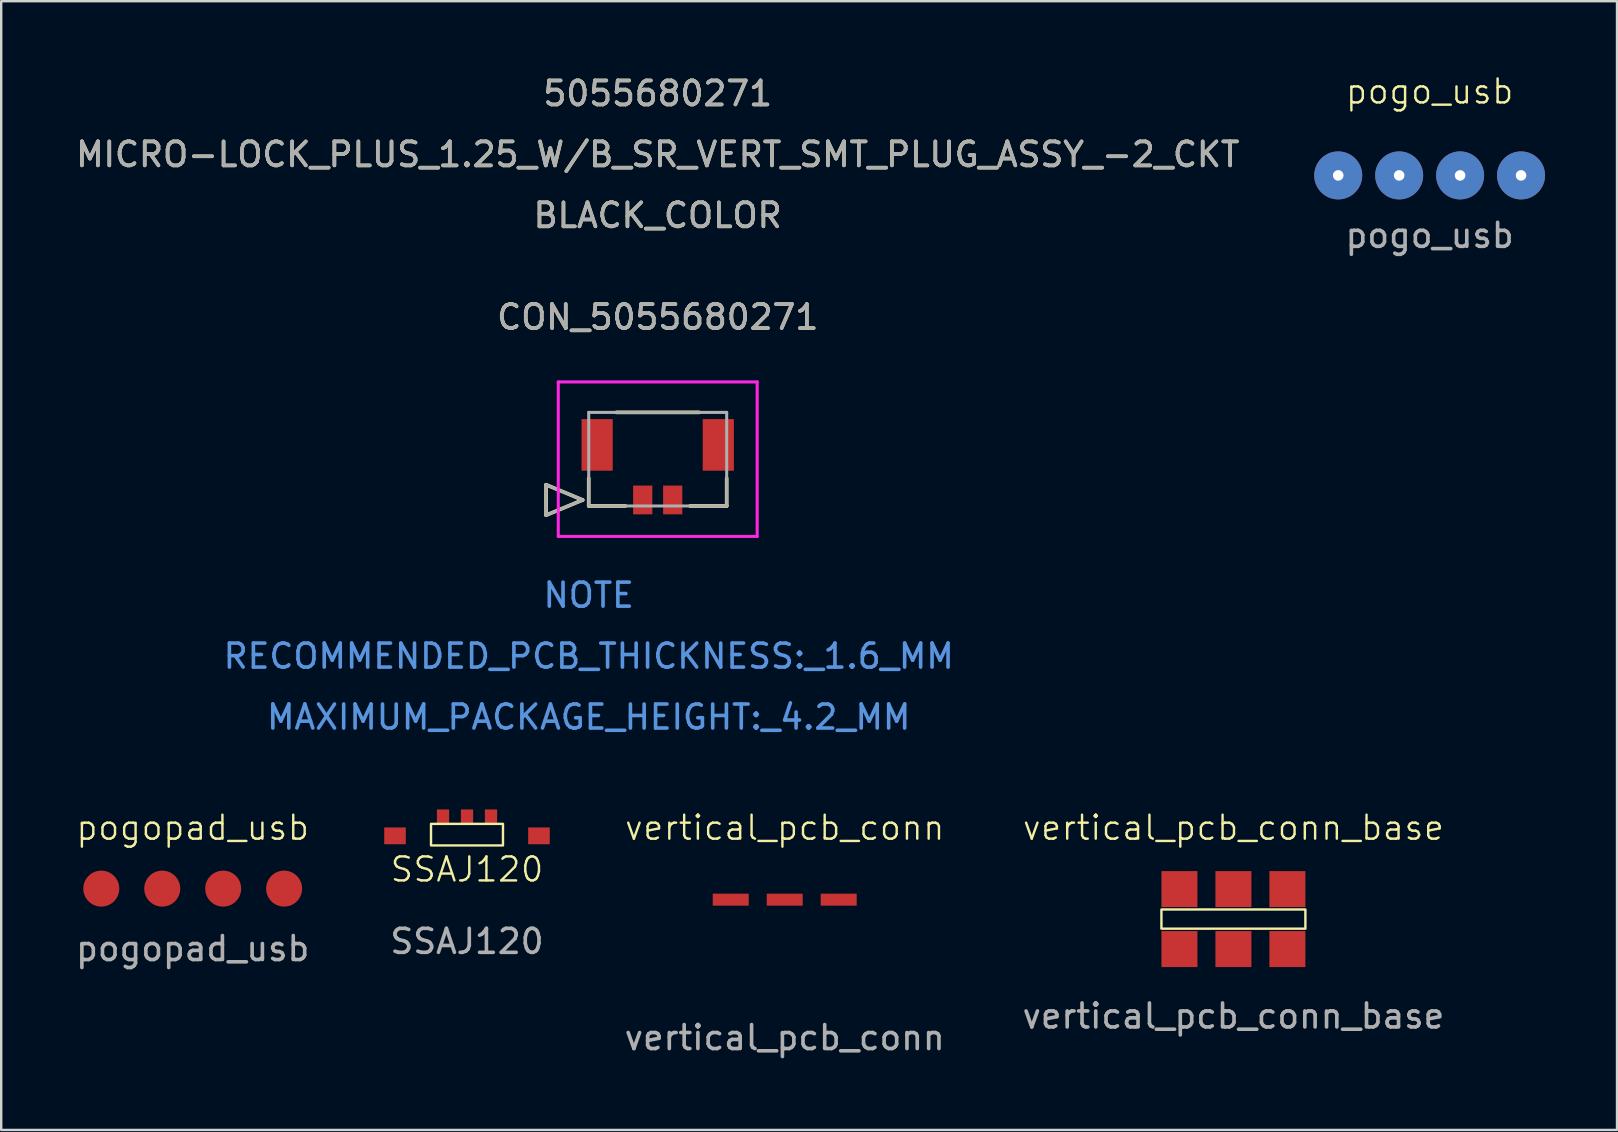
<source format=kicad_pcb>
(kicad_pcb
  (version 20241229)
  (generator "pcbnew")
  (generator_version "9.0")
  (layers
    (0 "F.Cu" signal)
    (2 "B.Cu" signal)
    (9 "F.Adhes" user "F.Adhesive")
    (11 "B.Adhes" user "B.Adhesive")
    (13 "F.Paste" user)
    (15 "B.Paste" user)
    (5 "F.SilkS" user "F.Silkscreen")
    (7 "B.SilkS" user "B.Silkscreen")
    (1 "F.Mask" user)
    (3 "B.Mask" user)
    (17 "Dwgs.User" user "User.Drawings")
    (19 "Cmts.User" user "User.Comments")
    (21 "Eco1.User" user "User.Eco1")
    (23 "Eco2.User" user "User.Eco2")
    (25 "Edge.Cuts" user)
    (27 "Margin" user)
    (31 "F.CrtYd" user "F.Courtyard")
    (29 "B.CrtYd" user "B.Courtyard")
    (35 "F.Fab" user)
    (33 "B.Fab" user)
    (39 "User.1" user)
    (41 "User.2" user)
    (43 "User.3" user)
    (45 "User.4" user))
  (footprint "vertical_pcb_conn"
    (layer "F.Cu")
    (at 29.656 34.697)
    (property "Reference" "vertical_pcb_conn" (at 0 -3.25 0) (unlocked yes) (layer "F.SilkS") (effects (font (size 1 1) (thickness 0.1))))
    (attr smd)
    (fp_text user "${REFERENCE}" (at 0 5.5 0) (unlocked yes) (layer "F.Fab") (effects (font (size 1 1) (thickness 0.15))))
    (pad "1" smd rect (at -2.25 -0.25) (size 1.5 0.5) (layers "F.Cu" "F.Mask" "F.Paste"))
    (pad "2" smd rect (at 0 -0.25) (size 1.5 0.5) (layers "F.Cu" "F.Mask" "F.Paste"))
    (pad "3" smd rect (at 2.25 -0.25) (size 1.5 0.5) (layers "F.Cu" "F.Mask" "F.Paste")))
  (footprint "pogopad_usb"
    (layer "F.Cu")
    (at 4.982 33.987)
    (property "Reference" "pogopad_usb" (at 0 -2.54 0) (unlocked yes) (layer "F.SilkS") (effects (font (size 1 1) (thickness 0.1))))
    (attr through_hole)
    (fp_text user "${REFERENCE}" (at 0 2.5 0) (unlocked yes) (layer "F.Fab") (effects (font (size 1 1) (thickness 0.15))))
    (pad "1" smd circle (at -3.81 0) (size 1.5 1.5) (layers "F.Cu" "F.Mask" "F.Paste"))
    (pad "2" smd circle (at -1.27 0) (size 1.5 1.5) (layers "F.Cu" "F.Mask" "F.Paste"))
    (pad "3" smd circle (at 1.27 0) (size 1.5 1.5) (layers "F.Cu" "F.Mask" "F.Paste"))
    (pad "4" smd circle (at 3.81 0) (size 1.5 1.5) (layers "F.Cu" "F.Mask" "F.Paste")))
  (footprint "pogo_usb"
    (layer "F.Cu")
    (at 56.536 4.261)
    (property "Reference" "pogo_usb" (at 0 -3.5 0) (unlocked yes) (layer "F.SilkS") (effects (font (size 1 1) (thickness 0.1))))
    (attr through_hole)
    (fp_text user "${REFERENCE}" (at 0 2.5 0) (unlocked yes) (layer "F.Fab") (effects (font (size 1 1) (thickness 0.15))))
    (pad "1" thru_hole circle (at -3.81 0) (size 2 2) (drill 0.44) (layers "*.Cu" "*.Mask"))
    (pad "2" thru_hole circle (at -1.27 0) (size 2 2) (drill 0.44) (layers "*.Cu" "*.Mask"))
    (pad "3" thru_hole circle (at 1.27 0) (size 2 2) (drill 0.44) (layers "*.Cu" "*.Mask"))
    (pad "4" thru_hole circle (at 3.81 0) (size 2 2) (drill 0.44) (layers "*.Cu" "*.Mask")))
  (footprint "vertical_pcb_conn_base"
    (layer "F.Cu")
    (at 48.358 35.257)
    (property "Reference" "vertical_pcb_conn_base" (at 0 -3.81 0) (unlocked yes) (layer "F.SilkS") (effects (font (size 1 1) (thickness 0.1))))
    (attr smd)
    (fp_rect (start -3 -0.4) (end 3 0.4) (stroke (width 0.1) (type default)) (fill no) (layer "F.SilkS"))
    (fp_text user "${REFERENCE}" (at 0 4.04 0) (unlocked yes) (layer "F.Fab") (effects (font (size 1 1) (thickness 0.15))))
    (pad "1" smd rect (at -2.25 -1.25) (size 1.5 1.5) (layers "F.Cu" "F.Mask" "F.Paste"))
    (pad "2" smd rect (at 0 -1.25) (size 1.5 1.5) (layers "F.Cu" "F.Mask" "F.Paste"))
    (pad "3" smd rect (at 2.25 -1.25) (size 1.5 1.5) (layers "F.Cu" "F.Mask" "F.Paste"))
    (pad "4" smd rect (at -2.25 1.25) (size 1.5 1.5) (layers "F.Cu" "F.Mask" "F.Paste"))
    (pad "5" smd rect (at 0 1.25) (size 1.5 1.5) (layers "F.Cu" "F.Mask" "F.Paste"))
    (pad "6" smd rect (at 2.25 1.25) (size 1.5 1.5) (layers "F.Cu" "F.Mask" "F.Paste")))
  (footprint "SSAJ120"
    (layer "F.Cu")
    (at 16.414 31.787)
    (property "Reference" "SSAJ120" (at 0 1.4 0) (unlocked yes) (layer "F.SilkS") (effects (font (size 1 1) (thickness 0.1))))
    (attr smd)
    (fp_rect (start -1.5 -0.5) (end 1.5 0.4) (stroke (width 0.1) (type default)) (fill no) (layer "F.SilkS"))
    (fp_text user "${REFERENCE}" (at 0 4.4 0) (unlocked yes) (layer "F.Fab") (effects (font (size 1 1) (thickness 0.15))))
    (pad "" smd rect (at -3 0 180) (size 0.9 0.7) (layers "F.Cu" "F.Mask" "F.Paste"))
    (pad "" smd rect (at 3 0 180) (size 0.9 0.7) (layers "F.Cu" "F.Mask" "F.Paste"))
    (pad "1" smd rect (at -1 -0.8 90) (size 0.6 0.51) (layers "F.Cu" "F.Mask" "F.Paste"))
    (pad "2" smd rect (at 0 -0.8 90) (size 0.6 0.51) (layers "F.Cu" "F.Mask" "F.Paste"))
    (pad "3" smd rect (at 1 -0.8 90) (size 0.6 0.51) (layers "F.Cu" "F.Mask" "F.Paste")))
  (footprint "CON_5055680271"
    (layer "F.Cu")
    (at 23.738 17.788)
    (property "Reference" "CON_5055680271" (at 0.625 -7.62 0) (unlocked yes) (layer "F.SilkS") (effects (font (size 1 1) (thickness 0.15))))
    (attr smd)
    (fp_line (start -4.028 -0.635) (end -4.028 0.635) (stroke (width 0.152) (type solid)) (layer "F.SilkS"))
    (fp_line (start -4.028 0.635) (end -2.504 0) (stroke (width 0.152) (type solid)) (layer "F.SilkS"))
    (fp_line (start -2.504 0) (end -4.028 -0.635) (stroke (width 0.152) (type solid)) (layer "F.SilkS"))
    (fp_line (start -2.25 -0.9) (end -2.25 0.25) (stroke (width 0.152) (type solid)) (layer "F.SilkS"))
    (fp_line (start -2.25 0.25) (end -0.72 0.25) (stroke (width 0.152) (type solid)) (layer "F.SilkS"))
    (fp_line (start 1.97 0.25) (end 3.5 0.25) (stroke (width 0.152) (type solid)) (layer "F.SilkS"))
    (fp_line (start 2.345 -3.65) (end -1.095 -3.65) (stroke (width 0.152) (type solid)) (layer "F.SilkS"))
    (fp_line (start 3.5 0.25) (end 3.5 -0.9) (stroke (width 0.152) (type solid)) (layer "F.SilkS"))
    (fp_line (start -3.52 -4.92) (end -3.52 1.52) (stroke (width 0.127) (type solid)) (layer "F.CrtYd"))
    (fp_line (start -3.52 1.52) (end 4.77 1.52) (stroke (width 0.127) (type solid)) (layer "F.CrtYd"))
    (fp_line (start 4.77 -4.92) (end -3.52 -4.92) (stroke (width 0.127) (type solid)) (layer "F.CrtYd"))
    (fp_line (start 4.77 1.52) (end 4.77 -4.92) (stroke (width 0.127) (type solid)) (layer "F.CrtYd"))
    (fp_line (start -4.028 -0.635) (end -4.028 0.635) (stroke (width 0.127) (type solid)) (layer "F.Fab"))
    (fp_line (start -4.028 0.635) (end -2.504 0) (stroke (width 0.127) (type solid)) (layer "F.Fab"))
    (fp_line (start -2.504 0) (end -4.028 -0.635) (stroke (width 0.127) (type solid)) (layer "F.Fab"))
    (fp_line (start -2.25 -3.65) (end -2.25 0.25) (stroke (width 0.127) (type solid)) (layer "F.Fab"))
    (fp_line (start -2.25 0.25) (end 3.5 0.25) (stroke (width 0.127) (type solid)) (layer "F.Fab"))
    (fp_line (start 3.5 -3.65) (end -2.25 -3.65) (stroke (width 0.127) (type solid)) (layer "F.Fab"))
    (fp_line (start 3.5 0.25) (end 3.5 -3.65) (stroke (width 0.127) (type solid)) (layer "F.Fab"))
    (fp_text user "MICRO-LOCK_PLUS_1.25_W/B_SR_VERT_SMT_PLUG_ASSY_-2_CKT" (at 0.625 -14.4 0) (unlocked yes) (layer "F.SilkS") (effects (font (size 1 1) (thickness 0.15))))
    (fp_text user "BLACK_COLOR" (at 0.625 -11.86 0) (unlocked yes) (layer "F.SilkS") (effects (font (size 1 1) (thickness 0.15))))
    (fp_text user "5055680271" (at 0.625 -16.94 0) (unlocked yes) (layer "F.SilkS") (effects (font (size 1 1) (thickness 0.15))))
    (fp_text user "MAXIMUM_PACKAGE_HEIGHT:_4.2_MM" (at -2.25 9.05 0) (unlocked yes) (layer "Cmts.User") (effects (font (size 1 1) (thickness 0.15))))
    (fp_text user "NOTE" (at -2.25 3.97 0) (unlocked yes) (layer "Cmts.User") (effects (font (size 1 1) (thickness 0.15))))
    (fp_text user "RECOMMENDED_PCB_THICKNESS:_1.6_MM" (at -2.25 6.51 0) (unlocked yes) (layer "Cmts.User") (effects (font (size 1 1) (thickness 0.15))))
    (fp_text user "${REFERENCE}" (at 0.625 -7.62 0) (unlocked yes) (layer "F.Fab") (effects (font (size 1 1) (thickness 0.15))))
    (fp_text user "5055680271" (at 0.625 -16.94 0) (unlocked yes) (layer "F.Fab") (effects (font (size 1 1) (thickness 0.15))))
    (fp_text user "BLACK_COLOR" (at 0.625 -11.86 0) (unlocked yes) (layer "F.Fab") (effects (font (size 1 1) (thickness 0.15))))
    (fp_text user "MICRO-LOCK_PLUS_1.25_W/B_SR_VERT_SMT_PLUG_ASSY_-2_CKT" (at 0.625 -14.4 0) (unlocked yes) (layer "F.Fab") (effects (font (size 1 1) (thickness 0.15))))
    (pad "1" smd rect (at 0 0) (size 0.8 1.2) (layers "F.Cu" "F.Mask" "F.Paste"))
    (pad "2" smd rect (at 1.25 0) (size 0.8 1.2) (layers "F.Cu" "F.Mask" "F.Paste"))
    (pad "3" smd rect (at -1.9 -2.295) (size 1.3 2.15) (layers "F.Cu" "F.Mask" "F.Paste"))
    (pad "4" smd rect (at 3.15 -2.295) (size 1.3 2.15) (layers "F.Cu" "F.Mask" "F.Paste")))
  (gr_rect
    (start -3 -3)
    (end 64.346 44.045)
    (stroke (width 0.1) (type default))
    (fill no)
    (layer "Edge.Cuts")))
</source>
